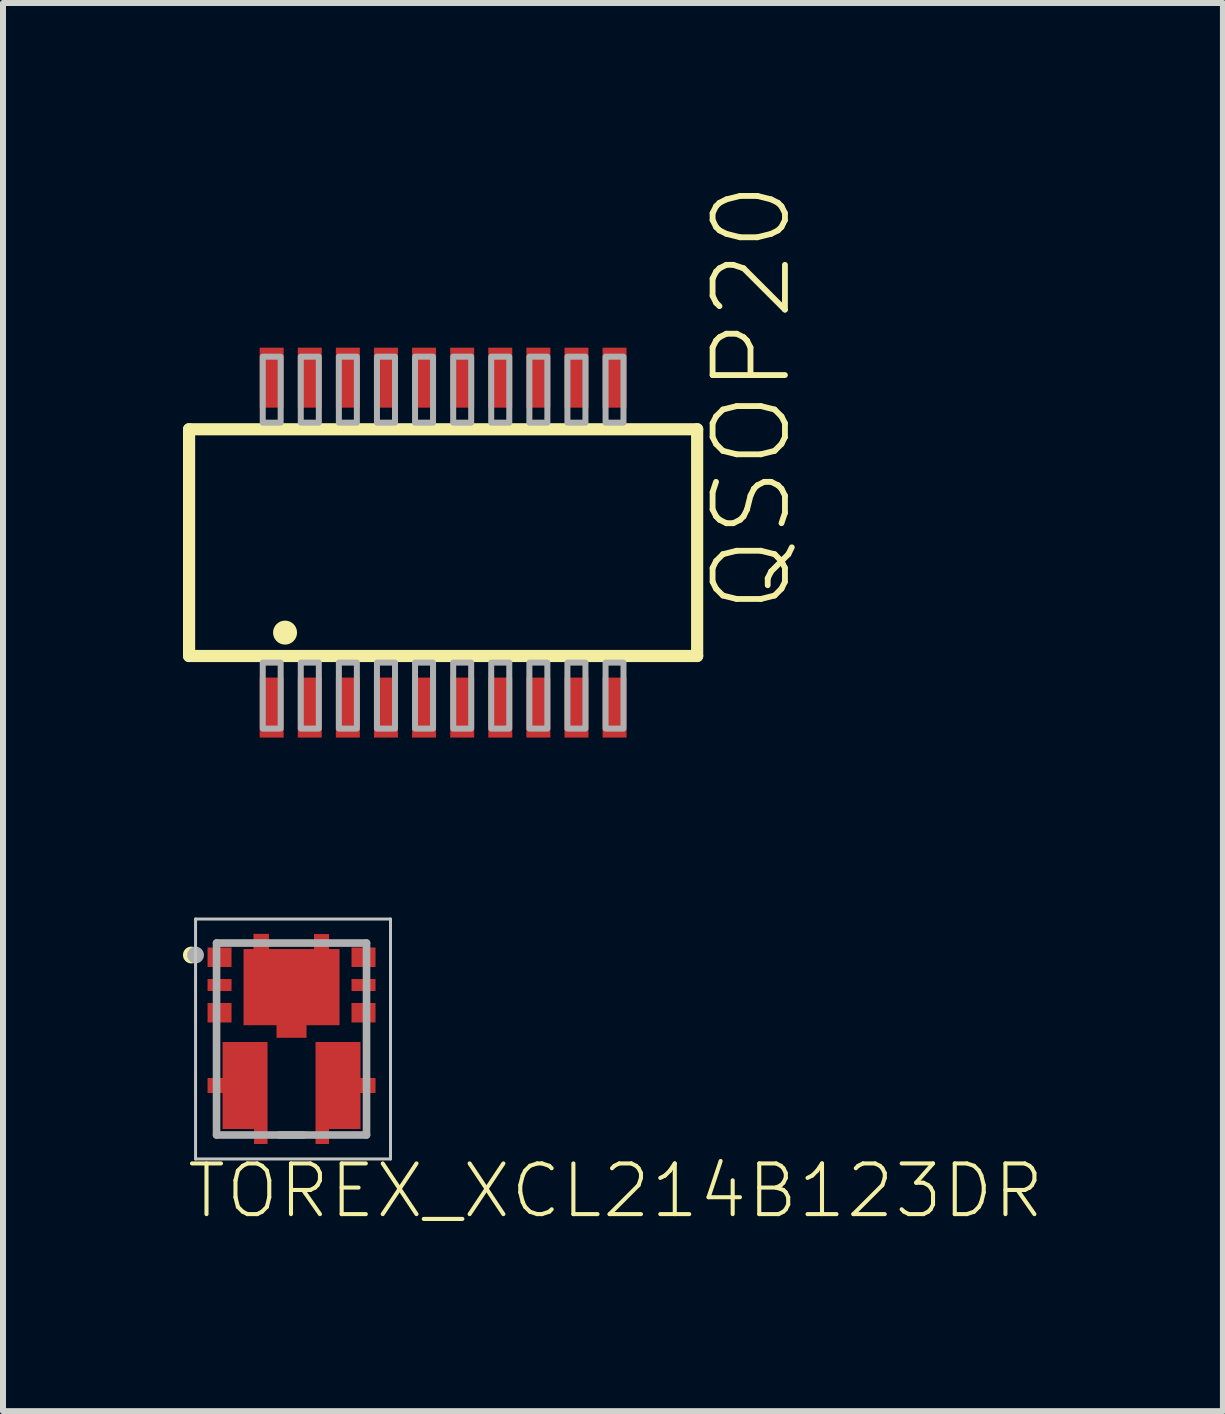
<source format=kicad_pcb>
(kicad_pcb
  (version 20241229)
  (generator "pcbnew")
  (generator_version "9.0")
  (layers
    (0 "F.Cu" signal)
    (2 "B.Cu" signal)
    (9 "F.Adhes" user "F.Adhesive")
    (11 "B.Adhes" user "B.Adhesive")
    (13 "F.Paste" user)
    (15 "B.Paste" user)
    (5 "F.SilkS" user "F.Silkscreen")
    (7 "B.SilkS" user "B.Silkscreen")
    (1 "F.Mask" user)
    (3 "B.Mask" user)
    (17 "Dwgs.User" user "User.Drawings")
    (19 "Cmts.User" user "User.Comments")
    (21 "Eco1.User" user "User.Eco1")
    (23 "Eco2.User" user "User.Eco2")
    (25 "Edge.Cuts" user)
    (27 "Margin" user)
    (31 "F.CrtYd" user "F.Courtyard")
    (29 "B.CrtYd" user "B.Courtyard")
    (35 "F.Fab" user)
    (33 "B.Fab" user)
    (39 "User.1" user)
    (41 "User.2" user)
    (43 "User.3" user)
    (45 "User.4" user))
  (footprint "TOREX_XCL214B123DR"
    (layer "F.Cu")
    (at 1.81 14.271)
    (property "Reference" "TOREX_XCL214B123DR" (at -1.784 3.026 0) (layer "F.SilkS") (effects (font (size 0.845 0.845) (thickness 0.068)) (justify left bottom)))
    (attr through_hole)
    (fp_poly (pts (xy -0.3 1.85) (xy -0.725 1.85) (xy -0.725 1.6) (xy -1.25 1.6) (xy -1.25 1) (xy -1.5 1) (xy -1.5 0.55) (xy -1.25 0.55) (xy -1.25 -0.05) (xy -0.3 -0.05)) (stroke (width 0) (type solid)) (fill yes) (layer "F.Mask"))
    (fp_poly (pts (xy 1.5 1) (xy 1.25 1) (xy 1.25 1.6) (xy 0.725 1.6) (xy 0.725 1.85) (xy 0.3 1.85) (xy 0.3 -0.05) (xy 1.25 -0.05) (xy 1.25 0.55) (xy 1.5 0.55)) (stroke (width 0) (type solid)) (fill yes) (layer "F.Mask"))
    (fp_poly (pts (xy 0.35 0.075) (xy -0.35 0.075) (xy -0.35 -0.125) (xy -0.8 -0.125) (xy -0.8 -1.6) (xy -0.725 -1.6) (xy -0.725 -1.85) (xy -0.275 -1.85) (xy -0.275 -1.6) (xy 0.275 -1.6) (xy 0.275 -1.85) (xy 0.725 -1.85) (xy 0.725 -1.6) (xy 0.8 -1.6) (xy 0.8 -0.125) (xy 0.35 -0.125)) (stroke (width 0) (type solid)) (fill yes) (layer "F.Mask"))
    (fp_circle (center -1.67 -1.4) (end -1.6 -1.4) (stroke (width 0.14) (type solid)) (fill no) (layer "F.SilkS"))
    (fp_poly (pts (xy -1.357 -1.256) (xy -1.05 -1.256) (xy -1.05 -1.475) (xy -1.357 -1.475)) (stroke (width 0) (type solid)) (fill yes) (layer "F.Paste"))
    (fp_poly (pts (xy -1.353 -0.326) (xy -1.05 -0.326) (xy -1.05 -0.55) (xy -1.353 -0.55)) (stroke (width 0) (type solid)) (fill yes) (layer "F.Paste"))
    (fp_poly (pts (xy -1.351 -0.801) (xy -1.05 -0.801) (xy -1.05 -1) (xy -1.351 -1)) (stroke (width 0) (type solid)) (fill yes) (layer "F.Paste"))
    (fp_poly (pts (xy 1.053 -0.326) (xy 1.35 -0.326) (xy 1.35 -0.55) (xy 1.053 -0.55)) (stroke (width 0) (type solid)) (fill yes) (layer "F.Paste"))
    (fp_poly (pts (xy 1.055 -0.804) (xy 1.35 -0.804) (xy 1.35 -1) (xy 1.055 -1)) (stroke (width 0) (type solid)) (fill yes) (layer "F.Paste"))
    (fp_poly (pts (xy 1.056 -1.257) (xy 1.35 -1.257) (xy 1.35 -1.475) (xy 1.056 -1.475)) (stroke (width 0) (type solid)) (fill yes) (layer "F.Paste"))
    (fp_poly (pts (xy -0.425 1.7) (xy -0.425 0.675) (xy -1.35 0.675) (xy -1.35 0.875) (xy -1.05 0.875) (xy -1.05 1.4) (xy -0.6 1.4) (xy -0.6 1.7)) (stroke (width 0) (type solid)) (fill yes) (layer "F.Paste"))
    (fp_poly (pts (xy 0.425 1.7) (xy 0.425 0.675) (xy 1.35 0.675) (xy 1.35 0.875) (xy 1.05 0.875) (xy 1.05 1.4) (xy 0.6 1.4) (xy 0.6 1.7)) (stroke (width 0) (type solid)) (fill yes) (layer "F.Paste"))
    (fp_poly (pts (xy 0.7 -0.8) (xy -0.7 -0.8) (xy -0.7 -1.4) (xy -0.6 -1.4) (xy -0.6 -1.7) (xy -0.4 -1.7) (xy -0.4 -1.4) (xy 0.4 -1.4) (xy 0.4 -1.7) (xy 0.6 -1.7) (xy 0.6 -1.4) (xy 0.7 -1.4)) (stroke (width 0) (type solid)) (fill yes) (layer "F.Paste"))
    (fp_line (start -1.6 -2) (end 1.65 -2) (stroke (width 0.05) (type solid)) (layer "Dwgs.User"))
    (fp_line (start -1.6 2) (end -1.6 -2) (stroke (width 0.05) (type solid)) (layer "Dwgs.User"))
    (fp_line (start 1.65 -2) (end 1.65 2) (stroke (width 0.05) (type solid)) (layer "Dwgs.User"))
    (fp_line (start 1.65 2) (end -1.6 2) (stroke (width 0.05) (type solid)) (layer "Dwgs.User"))
    (fp_line (start -1.25 -1.6) (end -1.25 1.6) (stroke (width 0.127) (type solid)) (layer "F.Fab"))
    (fp_line (start -1.25 1.6) (end 1.25 1.6) (stroke (width 0.127) (type solid)) (layer "F.Fab"))
    (fp_line (start -0.2 1.6) (end 0.2 1.6) (stroke (width 0.127) (type solid)) (layer "F.Fab"))
    (fp_line (start 1.25 -1.6) (end -1.25 -1.6) (stroke (width 0.127) (type solid)) (layer "F.Fab"))
    (fp_line (start 1.25 1.6) (end 1.25 -1.6) (stroke (width 0.127) (type solid)) (layer "F.Fab"))
    (fp_circle (center -1.6 -1.4) (end -1.53 -1.4) (stroke (width 0.14) (type solid)) (fill no) (layer "F.Fab"))
    (pad "1" smd rect (at -1.2 -1.363) (size 0.4 0.325) (layers "F.Cu" "F.Mask"))
    (pad "2" smd rect (at -1.2 -0.9) (size 0.4 0.2) (layers "F.Cu" "F.Mask"))
    (pad "3" smd rect (at -1.2 -0.438) (size 0.4 0.325) (layers "F.Cu" "F.Mask"))
    (pad "4" smd rect (at 1.2 -0.438) (size 0.4 0.325) (layers "F.Cu" "F.Mask"))
    (pad "5" smd rect (at 1.2 -0.9) (size 0.4 0.2) (layers "F.Cu" "F.Mask"))
    (pad "6" smd rect (at 1.2 -1.363) (size 0.4 0.325) (layers "F.Cu" "F.Mask"))
    (pad "7" smd custom (at 0.5 -1.625) (size 0.25 0.25) (layers "F.Cu" "F.Mask") (options (anchor rect)) (primitives (gr_poly (pts (xy -0.25 1.395) (xy -0.25 1.605) (xy -0.75 1.605) (xy -0.75 1.395)) (width 0) (fill yes)) (gr_poly (pts (xy 0.3 1.395) (xy -1.3 1.395) (xy -1.3 0.125) (xy -1.135 0.125) (xy -1.135 -0.128) (xy -0.876 -0.128) (xy -0.876 0.125) (xy 0.3 0.125)) (width 0) (fill yes))))
    (pad "8" smd custom (at -1.275 0.775) (size 0.25 0.25) (layers "F.Cu" "F.Mask") (options (anchor rect)) (primitives (gr_poly (pts (xy 0.875 -0.125) (xy 0.875 -0.725) (xy 0.125 -0.725) (xy 0.125 -0.125)) (width 0) (fill yes)) (gr_poly (pts (xy 0.875 0.975) (xy 0.875 -0.125) (xy -0.125 -0.125) (xy -0.125 0.125) (xy 0.125 0.125) (xy 0.125 0.725) (xy 0.65 0.725) (xy 0.65 0.975)) (width 0) (fill yes))))
    (pad "9" smd custom (at 1.275 0.775) (size 0.25 0.25) (layers "F.Cu" "F.Mask") (options (anchor rect)) (primitives (gr_poly (pts (xy -0.875 -0.125) (xy -0.875 -0.725) (xy -0.125 -0.725) (xy -0.125 -0.125)) (width 0) (fill yes)) (gr_poly (pts (xy -0.875 0.975) (xy -0.875 -0.125) (xy 0.125 -0.125) (xy 0.125 0.125) (xy -0.125 0.125) (xy -0.125 0.725) (xy -0.65 0.725) (xy -0.65 0.975)) (width 0) (fill yes)))))
  (footprint "QSOP20"
    (layer "F.Cu")
    (at 4.337 5.996)
    (property "Reference" "QSOP20" (at 5.851 1.233 90) (layer "F.SilkS") (effects (font (size 1.206 1.206) (thickness 0.097)) (justify left bottom)))
    (attr through_hole)
    (fp_line (start -4.235 -1.89) (end 4.235 -1.89) (stroke (width 0.203) (type solid)) (layer "F.SilkS"))
    (fp_line (start -4.235 1.89) (end -4.235 -1.89) (stroke (width 0.203) (type solid)) (layer "F.SilkS"))
    (fp_line (start 4.235 -1.89) (end 4.235 1.89) (stroke (width 0.203) (type solid)) (layer "F.SilkS"))
    (fp_line (start 4.235 1.89) (end -4.235 1.89) (stroke (width 0.203) (type solid)) (layer "F.SilkS"))
    (fp_circle (center -2.635 1.5) (end -2.535 1.5) (stroke (width 0.2) (type solid)) (fill no) (layer "F.SilkS"))
    (fp_poly (pts (xy -3.007 -2) (xy -2.708 -2) (xy -2.708 -3.1) (xy -3.007 -3.1)) (stroke (width 0.1) (type solid)) (fill no) (layer "F.Fab"))
    (fp_poly (pts (xy -3.007 3.1) (xy -2.708 3.1) (xy -2.708 2) (xy -3.007 2)) (stroke (width 0.1) (type solid)) (fill no) (layer "F.Fab"))
    (fp_poly (pts (xy -2.373 -2) (xy -2.072 -2) (xy -2.072 -3.1) (xy -2.373 -3.1)) (stroke (width 0.1) (type solid)) (fill no) (layer "F.Fab"))
    (fp_poly (pts (xy -2.373 3.1) (xy -2.072 3.1) (xy -2.072 2) (xy -2.373 2)) (stroke (width 0.1) (type solid)) (fill no) (layer "F.Fab"))
    (fp_poly (pts (xy -1.738 -2) (xy -1.438 -2) (xy -1.438 -3.1) (xy -1.738 -3.1)) (stroke (width 0.1) (type solid)) (fill no) (layer "F.Fab"))
    (fp_poly (pts (xy -1.738 3.1) (xy -1.438 3.1) (xy -1.438 2) (xy -1.738 2)) (stroke (width 0.1) (type solid)) (fill no) (layer "F.Fab"))
    (fp_poly (pts (xy -1.103 -2) (xy -0.802 -2) (xy -0.802 -3.1) (xy -1.103 -3.1)) (stroke (width 0.1) (type solid)) (fill no) (layer "F.Fab"))
    (fp_poly (pts (xy -1.103 3.1) (xy -0.802 3.1) (xy -0.802 2) (xy -1.103 2)) (stroke (width 0.1) (type solid)) (fill no) (layer "F.Fab"))
    (fp_poly (pts (xy -0.468 -2) (xy -0.168 -2) (xy -0.168 -3.1) (xy -0.468 -3.1)) (stroke (width 0.1) (type solid)) (fill no) (layer "F.Fab"))
    (fp_poly (pts (xy -0.468 3.1) (xy -0.168 3.1) (xy -0.168 2) (xy -0.468 2)) (stroke (width 0.1) (type solid)) (fill no) (layer "F.Fab"))
    (fp_poly (pts (xy 0.168 -2) (xy 0.468 -2) (xy 0.468 -3.1) (xy 0.168 -3.1)) (stroke (width 0.1) (type solid)) (fill no) (layer "F.Fab"))
    (fp_poly (pts (xy 0.168 3.1) (xy 0.468 3.1) (xy 0.468 2) (xy 0.168 2)) (stroke (width 0.1) (type solid)) (fill no) (layer "F.Fab"))
    (fp_poly (pts (xy 0.802 -2) (xy 1.103 -2) (xy 1.103 -3.1) (xy 0.802 -3.1)) (stroke (width 0.1) (type solid)) (fill no) (layer "F.Fab"))
    (fp_poly (pts (xy 0.802 3.1) (xy 1.103 3.1) (xy 1.103 2) (xy 0.802 2)) (stroke (width 0.1) (type solid)) (fill no) (layer "F.Fab"))
    (fp_poly (pts (xy 1.438 -2) (xy 1.738 -2) (xy 1.738 -3.1) (xy 1.438 -3.1)) (stroke (width 0.1) (type solid)) (fill no) (layer "F.Fab"))
    (fp_poly (pts (xy 1.438 3.1) (xy 1.738 3.1) (xy 1.738 2) (xy 1.438 2)) (stroke (width 0.1) (type solid)) (fill no) (layer "F.Fab"))
    (fp_poly (pts (xy 2.072 -2) (xy 2.373 -2) (xy 2.373 -3.1) (xy 2.072 -3.1)) (stroke (width 0.1) (type solid)) (fill no) (layer "F.Fab"))
    (fp_poly (pts (xy 2.072 3.1) (xy 2.373 3.1) (xy 2.373 2) (xy 2.072 2)) (stroke (width 0.1) (type solid)) (fill no) (layer "F.Fab"))
    (fp_poly (pts (xy 2.708 -2) (xy 3.007 -2) (xy 3.007 -3.1) (xy 2.708 -3.1)) (stroke (width 0.1) (type solid)) (fill no) (layer "F.Fab"))
    (fp_poly (pts (xy 2.708 3.1) (xy 3.007 3.1) (xy 3.007 2) (xy 2.708 2)) (stroke (width 0.1) (type solid)) (fill no) (layer "F.Fab"))
    (pad "1" smd rect (at -2.858 2.75) (size 0.4 1) (layers "F.Cu" "F.Mask" "F.Paste"))
    (pad "2" smd rect (at -2.223 2.75) (size 0.4 1) (layers "F.Cu" "F.Mask" "F.Paste"))
    (pad "3" smd rect (at -1.588 2.75) (size 0.4 1) (layers "F.Cu" "F.Mask" "F.Paste"))
    (pad "4" smd rect (at -0.953 2.75) (size 0.4 1) (layers "F.Cu" "F.Mask" "F.Paste"))
    (pad "5" smd rect (at -0.318 2.75) (size 0.4 1) (layers "F.Cu" "F.Mask" "F.Paste"))
    (pad "6" smd rect (at 0.318 2.75) (size 0.4 1) (layers "F.Cu" "F.Mask" "F.Paste"))
    (pad "7" smd rect (at 0.953 2.75) (size 0.4 1) (layers "F.Cu" "F.Mask" "F.Paste"))
    (pad "8" smd rect (at 1.588 2.75) (size 0.4 1) (layers "F.Cu" "F.Mask" "F.Paste"))
    (pad "9" smd rect (at 2.223 2.75) (size 0.4 1) (layers "F.Cu" "F.Mask" "F.Paste"))
    (pad "10" smd rect (at 2.858 2.75) (size 0.4 1) (layers "F.Cu" "F.Mask" "F.Paste"))
    (pad "11" smd rect (at 2.858 -2.75) (size 0.4 1) (layers "F.Cu" "F.Mask" "F.Paste"))
    (pad "12" smd rect (at 2.223 -2.75) (size 0.4 1) (layers "F.Cu" "F.Mask" "F.Paste"))
    (pad "13" smd rect (at 1.588 -2.75) (size 0.4 1) (layers "F.Cu" "F.Mask" "F.Paste"))
    (pad "14" smd rect (at 0.953 -2.75) (size 0.4 1) (layers "F.Cu" "F.Mask" "F.Paste"))
    (pad "15" smd rect (at 0.318 -2.75) (size 0.4 1) (layers "F.Cu" "F.Mask" "F.Paste"))
    (pad "16" smd rect (at -0.318 -2.75) (size 0.4 1) (layers "F.Cu" "F.Mask" "F.Paste"))
    (pad "17" smd rect (at -0.953 -2.75) (size 0.4 1) (layers "F.Cu" "F.Mask" "F.Paste"))
    (pad "18" smd rect (at -1.588 -2.75) (size 0.4 1) (layers "F.Cu" "F.Mask" "F.Paste"))
    (pad "19" smd rect (at -2.223 -2.75) (size 0.4 1) (layers "F.Cu" "F.Mask" "F.Paste"))
    (pad "20" smd rect (at -2.858 -2.75) (size 0.4 1) (layers "F.Cu" "F.Mask" "F.Paste")))
  (gr_rect
    (start -3 -3)
    (end 17.337 20.475)
    (stroke (width 0.1) (type default))
    (fill no)
    (layer "Edge.Cuts")))
</source>
